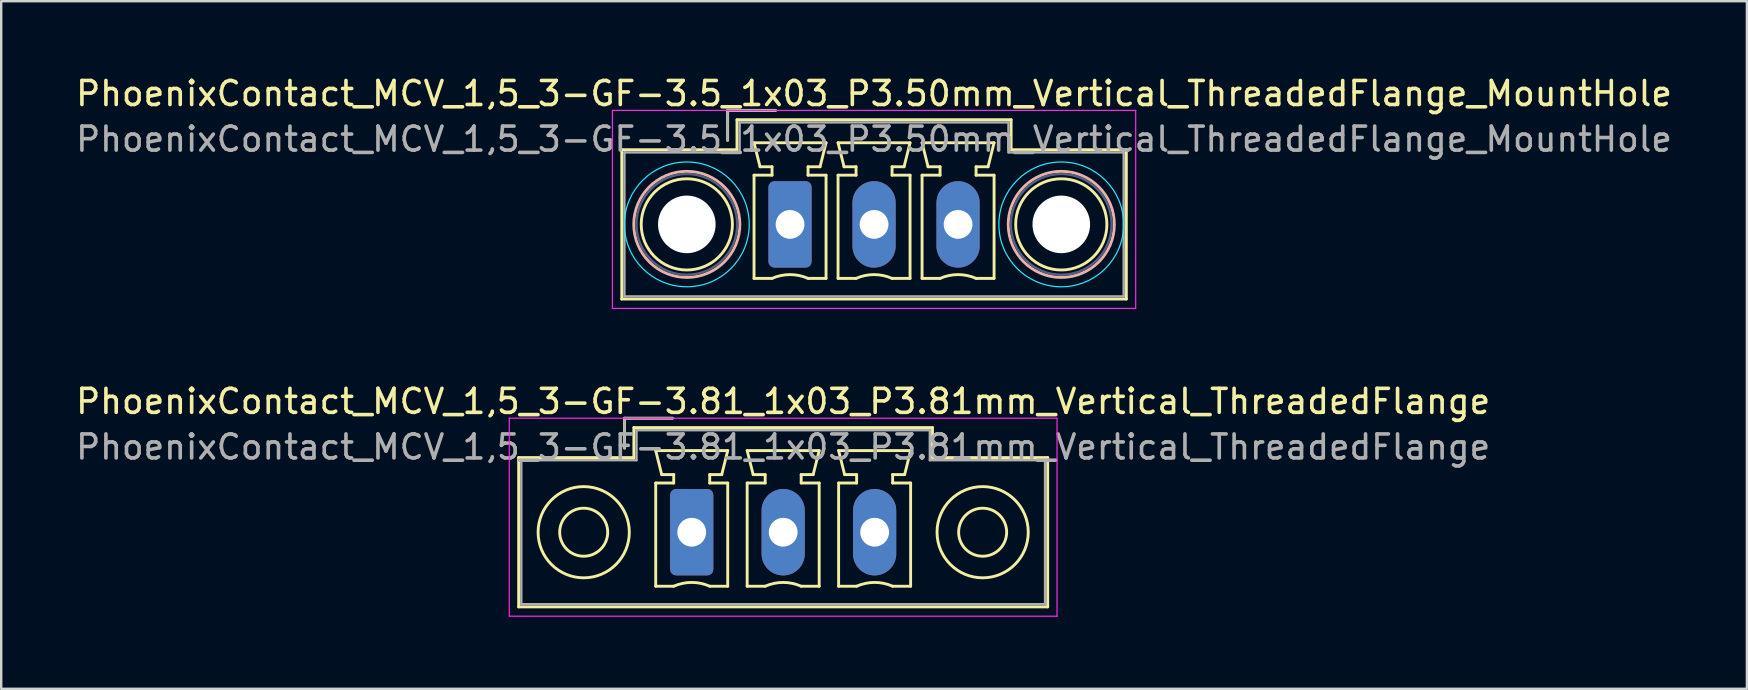
<source format=kicad_pcb>
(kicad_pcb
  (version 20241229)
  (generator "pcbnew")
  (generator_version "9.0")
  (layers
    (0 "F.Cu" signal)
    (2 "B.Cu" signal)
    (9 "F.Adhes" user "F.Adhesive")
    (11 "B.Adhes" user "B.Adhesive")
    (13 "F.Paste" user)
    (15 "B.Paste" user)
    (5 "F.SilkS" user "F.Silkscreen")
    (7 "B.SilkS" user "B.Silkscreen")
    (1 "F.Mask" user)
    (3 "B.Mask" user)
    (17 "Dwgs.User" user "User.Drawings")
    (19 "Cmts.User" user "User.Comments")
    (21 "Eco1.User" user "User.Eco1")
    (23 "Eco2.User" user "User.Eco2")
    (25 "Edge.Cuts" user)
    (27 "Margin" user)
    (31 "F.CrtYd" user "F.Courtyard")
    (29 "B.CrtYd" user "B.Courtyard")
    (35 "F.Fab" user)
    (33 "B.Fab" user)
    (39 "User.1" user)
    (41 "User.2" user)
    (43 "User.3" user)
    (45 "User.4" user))
  (footprint "PhoenixContact_MCV_1,5_3-GF-3.81_1x03_P3.81mm_Vertical_ThreadedFlange"
    (layer "F.Cu")
    (at 25.767 19.122)
    (property "Reference" "PhoenixContact_MCV_1,5_3-GF-3.81_1x03_P3.81mm_Vertical_ThreadedFlange" (at 3.81 -5.45 0) (layer "F.SilkS") (effects (font (size 1 1) (thickness 0.15))))
    (attr through_hole)
    (fp_line (start -7.21 -3.11) (end -7.21 3.11) (stroke (width 0.12) (type solid)) (layer "F.SilkS"))
    (fp_line (start -7.21 3.11) (end 14.83 3.11) (stroke (width 0.12) (type solid)) (layer "F.SilkS"))
    (fp_line (start -2.8 -4.75) (end -0.8 -4.75) (stroke (width 0.12) (type solid)) (layer "F.SilkS"))
    (fp_line (start -2.8 -3.5) (end -2.8 -4.75) (stroke (width 0.12) (type solid)) (layer "F.SilkS"))
    (fp_line (start -2.41 -4.36) (end -2.41 -3.11) (stroke (width 0.12) (type solid)) (layer "F.SilkS"))
    (fp_line (start -2.41 -3.11) (end -7.21 -3.11) (stroke (width 0.12) (type solid)) (layer "F.SilkS"))
    (fp_line (start -1.5 -3.4) (end 1.5 -3.4) (stroke (width 0.12) (type solid)) (layer "F.SilkS"))
    (fp_line (start -1.5 -2.05) (end -0.75 -2.05) (stroke (width 0.12) (type solid)) (layer "F.SilkS"))
    (fp_line (start -1.5 2.25) (end -1.5 -2.05) (stroke (width 0.12) (type solid)) (layer "F.SilkS"))
    (fp_line (start -1.25 -2.4) (end -1.5 -3.4) (stroke (width 0.12) (type solid)) (layer "F.SilkS"))
    (fp_line (start -0.75 -2.4) (end -1.25 -2.4) (stroke (width 0.12) (type solid)) (layer "F.SilkS"))
    (fp_line (start -0.75 -2.05) (end -0.75 -2.4) (stroke (width 0.12) (type solid)) (layer "F.SilkS"))
    (fp_line (start -0.75 2.25) (end -1.5 2.25) (stroke (width 0.12) (type solid)) (layer "F.SilkS"))
    (fp_line (start 0.75 -2.4) (end 0.75 -2.05) (stroke (width 0.12) (type solid)) (layer "F.SilkS"))
    (fp_line (start 0.75 -2.05) (end 1.5 -2.05) (stroke (width 0.12) (type solid)) (layer "F.SilkS"))
    (fp_line (start 1.25 -2.4) (end 0.75 -2.4) (stroke (width 0.12) (type solid)) (layer "F.SilkS"))
    (fp_line (start 1.5 -3.4) (end 1.25 -2.4) (stroke (width 0.12) (type solid)) (layer "F.SilkS"))
    (fp_line (start 1.5 -2.05) (end 1.5 2.25) (stroke (width 0.12) (type solid)) (layer "F.SilkS"))
    (fp_line (start 1.5 2.25) (end 0.75 2.25) (stroke (width 0.12) (type solid)) (layer "F.SilkS"))
    (fp_line (start 2.31 -3.4) (end 5.31 -3.4) (stroke (width 0.12) (type solid)) (layer "F.SilkS"))
    (fp_line (start 2.31 -2.05) (end 3.06 -2.05) (stroke (width 0.12) (type solid)) (layer "F.SilkS"))
    (fp_line (start 2.31 2.25) (end 2.31 -2.05) (stroke (width 0.12) (type solid)) (layer "F.SilkS"))
    (fp_line (start 2.56 -2.4) (end 2.31 -3.4) (stroke (width 0.12) (type solid)) (layer "F.SilkS"))
    (fp_line (start 3.06 -2.4) (end 2.56 -2.4) (stroke (width 0.12) (type solid)) (layer "F.SilkS"))
    (fp_line (start 3.06 -2.05) (end 3.06 -2.4) (stroke (width 0.12) (type solid)) (layer "F.SilkS"))
    (fp_line (start 3.06 2.25) (end 2.31 2.25) (stroke (width 0.12) (type solid)) (layer "F.SilkS"))
    (fp_line (start 4.56 -2.4) (end 4.56 -2.05) (stroke (width 0.12) (type solid)) (layer "F.SilkS"))
    (fp_line (start 4.56 -2.05) (end 5.31 -2.05) (stroke (width 0.12) (type solid)) (layer "F.SilkS"))
    (fp_line (start 5.06 -2.4) (end 4.56 -2.4) (stroke (width 0.12) (type solid)) (layer "F.SilkS"))
    (fp_line (start 5.31 -3.4) (end 5.06 -2.4) (stroke (width 0.12) (type solid)) (layer "F.SilkS"))
    (fp_line (start 5.31 -2.05) (end 5.31 2.25) (stroke (width 0.12) (type solid)) (layer "F.SilkS"))
    (fp_line (start 5.31 2.25) (end 4.56 2.25) (stroke (width 0.12) (type solid)) (layer "F.SilkS"))
    (fp_line (start 6.12 -3.4) (end 9.12 -3.4) (stroke (width 0.12) (type solid)) (layer "F.SilkS"))
    (fp_line (start 6.12 -2.05) (end 6.87 -2.05) (stroke (width 0.12) (type solid)) (layer "F.SilkS"))
    (fp_line (start 6.12 2.25) (end 6.12 -2.05) (stroke (width 0.12) (type solid)) (layer "F.SilkS"))
    (fp_line (start 6.37 -2.4) (end 6.12 -3.4) (stroke (width 0.12) (type solid)) (layer "F.SilkS"))
    (fp_line (start 6.87 -2.4) (end 6.37 -2.4) (stroke (width 0.12) (type solid)) (layer "F.SilkS"))
    (fp_line (start 6.87 -2.05) (end 6.87 -2.4) (stroke (width 0.12) (type solid)) (layer "F.SilkS"))
    (fp_line (start 6.87 2.25) (end 6.12 2.25) (stroke (width 0.12) (type solid)) (layer "F.SilkS"))
    (fp_line (start 8.37 -2.4) (end 8.37 -2.05) (stroke (width 0.12) (type solid)) (layer "F.SilkS"))
    (fp_line (start 8.37 -2.05) (end 9.12 -2.05) (stroke (width 0.12) (type solid)) (layer "F.SilkS"))
    (fp_line (start 8.87 -2.4) (end 8.37 -2.4) (stroke (width 0.12) (type solid)) (layer "F.SilkS"))
    (fp_line (start 9.12 -3.4) (end 8.87 -2.4) (stroke (width 0.12) (type solid)) (layer "F.SilkS"))
    (fp_line (start 9.12 -2.05) (end 9.12 2.25) (stroke (width 0.12) (type solid)) (layer "F.SilkS"))
    (fp_line (start 9.12 2.25) (end 8.37 2.25) (stroke (width 0.12) (type solid)) (layer "F.SilkS"))
    (fp_line (start 10.03 -4.36) (end -2.41 -4.36) (stroke (width 0.12) (type solid)) (layer "F.SilkS"))
    (fp_line (start 10.03 -3.11) (end 10.03 -4.36) (stroke (width 0.12) (type solid)) (layer "F.SilkS"))
    (fp_line (start 14.83 -3.11) (end 10.03 -3.11) (stroke (width 0.12) (type solid)) (layer "F.SilkS"))
    (fp_line (start 14.83 3.11) (end 14.83 -3.11) (stroke (width 0.12) (type solid)) (layer "F.SilkS"))
    (fp_arc (start -0.75 2.25) (mid -0.000193 2.09191) (end 0.749647 2.249844) (stroke (width 0.12) (type solid)) (layer "F.SilkS"))
    (fp_arc (start 3.06 2.25) (mid 3.809807 2.09191) (end 4.559647 2.249844) (stroke (width 0.12) (type solid)) (layer "F.SilkS"))
    (fp_arc (start 6.87 2.25) (mid 7.619807 2.09191) (end 8.369647 2.249844) (stroke (width 0.12) (type solid)) (layer "F.SilkS"))
    (fp_circle (center -4.5 0) (end -3.5 0) (stroke (width 0.12) (type solid)) (fill no) (layer "F.SilkS"))
    (fp_circle (center -4.5 0) (end -2.6 0) (stroke (width 0.12) (type solid)) (fill no) (layer "F.SilkS"))
    (fp_circle (center 12.12 0) (end 13.12 0) (stroke (width 0.12) (type solid)) (fill no) (layer "F.SilkS"))
    (fp_circle (center 12.12 0) (end 14.02 0) (stroke (width 0.12) (type solid)) (fill no) (layer "F.SilkS"))
    (fp_line (start -7.6 -4.75) (end -7.6 3.5) (stroke (width 0.05) (type solid)) (layer "F.CrtYd"))
    (fp_line (start -7.6 3.5) (end 15.22 3.5) (stroke (width 0.05) (type solid)) (layer "F.CrtYd"))
    (fp_line (start 15.22 -4.75) (end -7.6 -4.75) (stroke (width 0.05) (type solid)) (layer "F.CrtYd"))
    (fp_line (start 15.22 3.5) (end 15.22 -4.75) (stroke (width 0.05) (type solid)) (layer "F.CrtYd"))
    (fp_line (start -7.1 -3) (end -7.1 3) (stroke (width 0.1) (type solid)) (layer "F.Fab"))
    (fp_line (start -7.1 3) (end 14.72 3) (stroke (width 0.1) (type solid)) (layer "F.Fab"))
    (fp_line (start -2.8 -4.75) (end -0.8 -4.75) (stroke (width 0.1) (type solid)) (layer "F.Fab"))
    (fp_line (start -2.8 -3.5) (end -2.8 -4.75) (stroke (width 0.1) (type solid)) (layer "F.Fab"))
    (fp_line (start -2.3 -4.25) (end -2.3 -3) (stroke (width 0.1) (type solid)) (layer "F.Fab"))
    (fp_line (start -2.3 -3) (end -7.1 -3) (stroke (width 0.1) (type solid)) (layer "F.Fab"))
    (fp_line (start 9.92 -4.25) (end -2.3 -4.25) (stroke (width 0.1) (type solid)) (layer "F.Fab"))
    (fp_line (start 9.92 -3) (end 9.92 -4.25) (stroke (width 0.1) (type solid)) (layer "F.Fab"))
    (fp_line (start 14.72 -3) (end 9.92 -3) (stroke (width 0.1) (type solid)) (layer "F.Fab"))
    (fp_line (start 14.72 3) (end 14.72 -3) (stroke (width 0.1) (type solid)) (layer "F.Fab"))
    (fp_text user "${REFERENCE}" (at 3.81 -3.55 0) (layer "F.Fab") (effects (font (size 1 1) (thickness 0.15))))
    (pad "1" thru_hole roundrect (at 0 0) (size 1.8 3.6) (drill 1.2) (layers "*.Cu" "*.Mask") (roundrect_rratio 0.139))
    (pad "2" thru_hole oval (at 3.81 0) (size 1.8 3.6) (drill 1.2) (layers "*.Cu" "*.Mask"))
    (pad "3" thru_hole oval (at 7.62 0) (size 1.8 3.6) (drill 1.2) (layers "*.Cu" "*.Mask")))
  (footprint "PhoenixContact_MCV_1,5_3-GF-3.5_1x03_P3.50mm_Vertical_ThreadedFlange_MountHole"
    (layer "F.Cu")
    (at 29.863 6.298)
    (property "Reference" "PhoenixContact_MCV_1,5_3-GF-3.5_1x03_P3.50mm_Vertical_ThreadedFlange_MountHole" (at 3.5 -5.45 0) (layer "F.SilkS") (effects (font (size 1 1) (thickness 0.15))))
    (attr through_hole)
    (fp_line (start -7.01 -3.11) (end -7.01 3.11) (stroke (width 0.12) (type solid)) (layer "F.SilkS"))
    (fp_line (start -7.01 3.11) (end 14.01 3.11) (stroke (width 0.12) (type solid)) (layer "F.SilkS"))
    (fp_line (start -2.6 -4.75) (end -0.6 -4.75) (stroke (width 0.12) (type solid)) (layer "F.SilkS"))
    (fp_line (start -2.6 -3.5) (end -2.6 -4.75) (stroke (width 0.12) (type solid)) (layer "F.SilkS"))
    (fp_line (start -2.21 -4.36) (end -2.21 -3.11) (stroke (width 0.12) (type solid)) (layer "F.SilkS"))
    (fp_line (start -2.21 -3.11) (end -7.01 -3.11) (stroke (width 0.12) (type solid)) (layer "F.SilkS"))
    (fp_line (start -1.5 -3.4) (end 1.5 -3.4) (stroke (width 0.12) (type solid)) (layer "F.SilkS"))
    (fp_line (start -1.5 -2.05) (end -0.75 -2.05) (stroke (width 0.12) (type solid)) (layer "F.SilkS"))
    (fp_line (start -1.5 2.25) (end -1.5 -2.05) (stroke (width 0.12) (type solid)) (layer "F.SilkS"))
    (fp_line (start -1.25 -2.4) (end -1.5 -3.4) (stroke (width 0.12) (type solid)) (layer "F.SilkS"))
    (fp_line (start -0.75 -2.4) (end -1.25 -2.4) (stroke (width 0.12) (type solid)) (layer "F.SilkS"))
    (fp_line (start -0.75 -2.05) (end -0.75 -2.4) (stroke (width 0.12) (type solid)) (layer "F.SilkS"))
    (fp_line (start -0.75 2.25) (end -1.5 2.25) (stroke (width 0.12) (type solid)) (layer "F.SilkS"))
    (fp_line (start 0.75 -2.4) (end 0.75 -2.05) (stroke (width 0.12) (type solid)) (layer "F.SilkS"))
    (fp_line (start 0.75 -2.05) (end 1.5 -2.05) (stroke (width 0.12) (type solid)) (layer "F.SilkS"))
    (fp_line (start 1.25 -2.4) (end 0.75 -2.4) (stroke (width 0.12) (type solid)) (layer "F.SilkS"))
    (fp_line (start 1.5 -3.4) (end 1.25 -2.4) (stroke (width 0.12) (type solid)) (layer "F.SilkS"))
    (fp_line (start 1.5 -2.05) (end 1.5 2.25) (stroke (width 0.12) (type solid)) (layer "F.SilkS"))
    (fp_line (start 1.5 2.25) (end 0.75 2.25) (stroke (width 0.12) (type solid)) (layer "F.SilkS"))
    (fp_line (start 2 -3.4) (end 5 -3.4) (stroke (width 0.12) (type solid)) (layer "F.SilkS"))
    (fp_line (start 2 -2.05) (end 2.75 -2.05) (stroke (width 0.12) (type solid)) (layer "F.SilkS"))
    (fp_line (start 2 2.25) (end 2 -2.05) (stroke (width 0.12) (type solid)) (layer "F.SilkS"))
    (fp_line (start 2.25 -2.4) (end 2 -3.4) (stroke (width 0.12) (type solid)) (layer "F.SilkS"))
    (fp_line (start 2.75 -2.4) (end 2.25 -2.4) (stroke (width 0.12) (type solid)) (layer "F.SilkS"))
    (fp_line (start 2.75 -2.05) (end 2.75 -2.4) (stroke (width 0.12) (type solid)) (layer "F.SilkS"))
    (fp_line (start 2.75 2.25) (end 2 2.25) (stroke (width 0.12) (type solid)) (layer "F.SilkS"))
    (fp_line (start 4.25 -2.4) (end 4.25 -2.05) (stroke (width 0.12) (type solid)) (layer "F.SilkS"))
    (fp_line (start 4.25 -2.05) (end 5 -2.05) (stroke (width 0.12) (type solid)) (layer "F.SilkS"))
    (fp_line (start 4.75 -2.4) (end 4.25 -2.4) (stroke (width 0.12) (type solid)) (layer "F.SilkS"))
    (fp_line (start 5 -3.4) (end 4.75 -2.4) (stroke (width 0.12) (type solid)) (layer "F.SilkS"))
    (fp_line (start 5 -2.05) (end 5 2.25) (stroke (width 0.12) (type solid)) (layer "F.SilkS"))
    (fp_line (start 5 2.25) (end 4.25 2.25) (stroke (width 0.12) (type solid)) (layer "F.SilkS"))
    (fp_line (start 5.5 -3.4) (end 8.5 -3.4) (stroke (width 0.12) (type solid)) (layer "F.SilkS"))
    (fp_line (start 5.5 -2.05) (end 6.25 -2.05) (stroke (width 0.12) (type solid)) (layer "F.SilkS"))
    (fp_line (start 5.5 2.25) (end 5.5 -2.05) (stroke (width 0.12) (type solid)) (layer "F.SilkS"))
    (fp_line (start 5.75 -2.4) (end 5.5 -3.4) (stroke (width 0.12) (type solid)) (layer "F.SilkS"))
    (fp_line (start 6.25 -2.4) (end 5.75 -2.4) (stroke (width 0.12) (type solid)) (layer "F.SilkS"))
    (fp_line (start 6.25 -2.05) (end 6.25 -2.4) (stroke (width 0.12) (type solid)) (layer "F.SilkS"))
    (fp_line (start 6.25 2.25) (end 5.5 2.25) (stroke (width 0.12) (type solid)) (layer "F.SilkS"))
    (fp_line (start 7.75 -2.4) (end 7.75 -2.05) (stroke (width 0.12) (type solid)) (layer "F.SilkS"))
    (fp_line (start 7.75 -2.05) (end 8.5 -2.05) (stroke (width 0.12) (type solid)) (layer "F.SilkS"))
    (fp_line (start 8.25 -2.4) (end 7.75 -2.4) (stroke (width 0.12) (type solid)) (layer "F.SilkS"))
    (fp_line (start 8.5 -3.4) (end 8.25 -2.4) (stroke (width 0.12) (type solid)) (layer "F.SilkS"))
    (fp_line (start 8.5 -2.05) (end 8.5 2.25) (stroke (width 0.12) (type solid)) (layer "F.SilkS"))
    (fp_line (start 8.5 2.25) (end 7.75 2.25) (stroke (width 0.12) (type solid)) (layer "F.SilkS"))
    (fp_line (start 9.21 -4.36) (end -2.21 -4.36) (stroke (width 0.12) (type solid)) (layer "F.SilkS"))
    (fp_line (start 9.21 -3.11) (end 9.21 -4.36) (stroke (width 0.12) (type solid)) (layer "F.SilkS"))
    (fp_line (start 14.01 -3.11) (end 9.21 -3.11) (stroke (width 0.12) (type solid)) (layer "F.SilkS"))
    (fp_line (start 14.01 3.11) (end 14.01 -3.11) (stroke (width 0.12) (type solid)) (layer "F.SilkS"))
    (fp_arc (start -0.75 2.25) (mid -0.000193 2.09191) (end 0.749647 2.249844) (stroke (width 0.12) (type solid)) (layer "F.SilkS"))
    (fp_arc (start 2.75 2.25) (mid 3.499807 2.09191) (end 4.249647 2.249844) (stroke (width 0.12) (type solid)) (layer "F.SilkS"))
    (fp_arc (start 6.25 2.25) (mid 6.999807 2.09191) (end 7.749647 2.249844) (stroke (width 0.12) (type solid)) (layer "F.SilkS"))
    (fp_circle (center -4.3 0) (end -2.4 0) (stroke (width 0.12) (type solid)) (fill no) (layer "F.SilkS"))
    (fp_circle (center 11.3 0) (end 13.2 0) (stroke (width 0.12) (type solid)) (fill no) (layer "F.SilkS"))
    (fp_circle (center -4.3 0) (end -2.09 0) (stroke (width 0.12) (type solid)) (fill no) (layer "B.SilkS"))
    (fp_circle (center 11.3 0) (end 13.51 0) (stroke (width 0.12) (type solid)) (fill no) (layer "B.SilkS"))
    (fp_circle (center -4.3 0) (end -1.7 0) (stroke (width 0.05) (type solid)) (fill no) (layer "B.CrtYd"))
    (fp_circle (center 11.3 0) (end 13.9 0) (stroke (width 0.05) (type solid)) (fill no) (layer "B.CrtYd"))
    (fp_line (start -7.4 -4.75) (end -7.4 3.5) (stroke (width 0.05) (type solid)) (layer "F.CrtYd"))
    (fp_line (start -7.4 3.5) (end 14.4 3.5) (stroke (width 0.05) (type solid)) (layer "F.CrtYd"))
    (fp_line (start 14.4 -4.75) (end -7.4 -4.75) (stroke (width 0.05) (type solid)) (layer "F.CrtYd"))
    (fp_line (start 14.4 3.5) (end 14.4 -4.75) (stroke (width 0.05) (type solid)) (layer "F.CrtYd"))
    (fp_circle (center -4.3 0) (end -2.2 0) (stroke (width 0.1) (type solid)) (fill no) (layer "B.Fab"))
    (fp_circle (center 11.3 0) (end 13.4 0) (stroke (width 0.1) (type solid)) (fill no) (layer "B.Fab"))
    (fp_line (start -6.9 -3) (end -6.9 3) (stroke (width 0.1) (type solid)) (layer "F.Fab"))
    (fp_line (start -6.9 3) (end 13.9 3) (stroke (width 0.1) (type solid)) (layer "F.Fab"))
    (fp_line (start -2.6 -4.75) (end -0.6 -4.75) (stroke (width 0.1) (type solid)) (layer "F.Fab"))
    (fp_line (start -2.6 -3.5) (end -2.6 -4.75) (stroke (width 0.1) (type solid)) (layer "F.Fab"))
    (fp_line (start -2.1 -4.25) (end -2.1 -3) (stroke (width 0.1) (type solid)) (layer "F.Fab"))
    (fp_line (start -2.1 -3) (end -6.9 -3) (stroke (width 0.1) (type solid)) (layer "F.Fab"))
    (fp_line (start 9.1 -4.25) (end -2.1 -4.25) (stroke (width 0.1) (type solid)) (layer "F.Fab"))
    (fp_line (start 9.1 -3) (end 9.1 -4.25) (stroke (width 0.1) (type solid)) (layer "F.Fab"))
    (fp_line (start 13.9 -3) (end 9.1 -3) (stroke (width 0.1) (type solid)) (layer "F.Fab"))
    (fp_line (start 13.9 3) (end 13.9 -3) (stroke (width 0.1) (type solid)) (layer "F.Fab"))
    (fp_text user "${REFERENCE}" (at 3.5 -3.55 0) (layer "F.Fab") (effects (font (size 1 1) (thickness 0.15))))
    (pad "" np_thru_hole circle (at -4.3 0) (size 2.4 2.4) (drill 2.4) (layers "*.Cu" "*.Mask"))
    (pad "" np_thru_hole circle (at 11.3 0) (size 2.4 2.4) (drill 2.4) (layers "*.Cu" "*.Mask"))
    (pad "1" thru_hole roundrect (at 0 0) (size 1.8 3.6) (drill 1.2) (layers "*.Cu" "*.Mask") (roundrect_rratio 0.139))
    (pad "2" thru_hole oval (at 3.5 0) (size 1.8 3.6) (drill 1.2) (layers "*.Cu" "*.Mask"))
    (pad "3" thru_hole oval (at 7 0) (size 1.8 3.6) (drill 1.2) (layers "*.Cu" "*.Mask")))
  (gr_rect
    (start -3 -3)
    (end 69.726 25.646)
    (stroke (width 0.1) (type default))
    (fill no)
    (layer "Edge.Cuts")))
</source>
